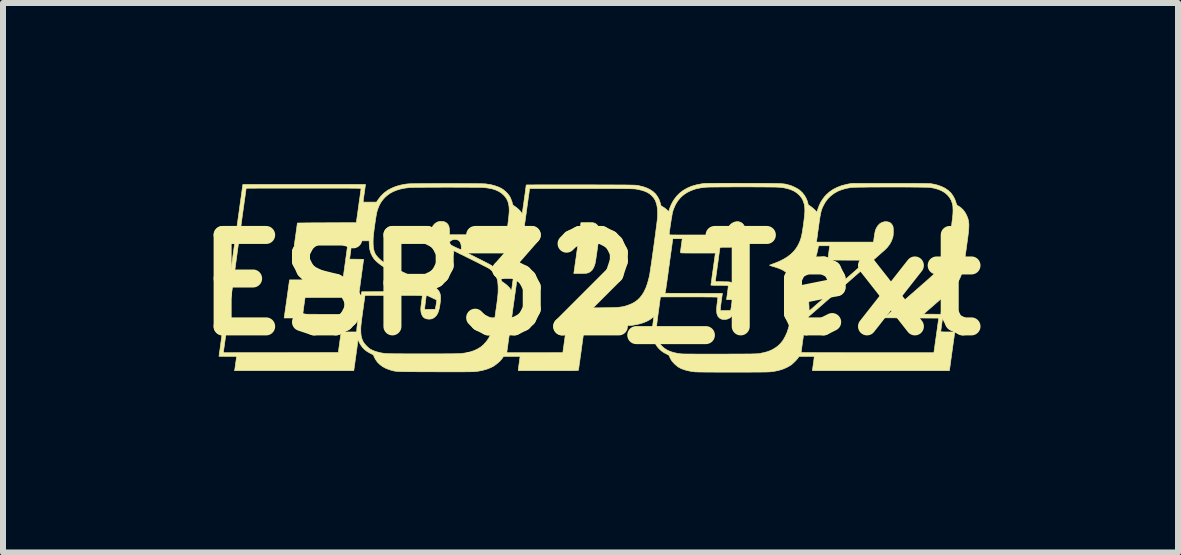
<source format=kicad_pcb>
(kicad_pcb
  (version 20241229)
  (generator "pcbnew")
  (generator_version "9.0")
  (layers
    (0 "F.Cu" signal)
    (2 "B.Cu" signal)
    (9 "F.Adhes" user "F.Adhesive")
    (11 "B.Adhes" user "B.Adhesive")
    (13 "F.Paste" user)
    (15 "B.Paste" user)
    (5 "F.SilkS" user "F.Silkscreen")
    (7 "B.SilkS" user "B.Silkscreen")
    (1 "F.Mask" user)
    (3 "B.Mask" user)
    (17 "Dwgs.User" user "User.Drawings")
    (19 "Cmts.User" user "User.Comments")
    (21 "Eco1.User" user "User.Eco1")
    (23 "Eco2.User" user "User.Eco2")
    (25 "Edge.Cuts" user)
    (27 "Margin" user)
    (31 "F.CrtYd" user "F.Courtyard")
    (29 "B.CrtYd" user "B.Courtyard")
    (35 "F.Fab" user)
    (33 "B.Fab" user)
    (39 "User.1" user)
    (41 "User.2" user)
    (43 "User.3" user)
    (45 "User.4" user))
  (footprint "ESP32_Text"
    (layer "F.Cu")
    (at 6.793 1.701)
    (property "Reference" "ESP32_Text" (at 0 0 0) (layer "F.SilkS") (effects (font (size 1.524 1.524) (thickness 0.3))))
    (attr through_hole)
    (fp_poly (pts (xy 0.014 -1.04) (xy 0.04 -1.038) (xy 0.055 -1.036) (xy 0.087 -1.022) (xy 0.112 -1) (xy 0.131 -0.971) (xy 0.137 -0.958) (xy 0.141 -0.943) (xy 0.144 -0.925) (xy 0.145 -0.904) (xy 0.145 -0.879) (xy 0.143 -0.849) (xy 0.141 -0.813) (xy 0.136 -0.771) (xy 0.13 -0.72) (xy 0.122 -0.662) (xy 0.115 -0.61) (xy 0.108 -0.563) (xy 0.102 -0.517) (xy 0.095 -0.475) (xy 0.09 -0.437) (xy 0.084 -0.404) (xy 0.08 -0.379) (xy 0.076 -0.362) (xy 0.076 -0.358) (xy 0.062 -0.316) (xy 0.045 -0.28) (xy 0.025 -0.249) (xy 0.003 -0.228) (xy -0.013 -0.217) (xy -0.027 -0.209) (xy -0.043 -0.202) (xy -0.062 -0.198) (xy -0.085 -0.195) (xy -0.114 -0.194) (xy -0.151 -0.193) (xy -0.176 -0.193) (xy -0.279 -0.193) (xy -0.276 -0.21) (xy -0.275 -0.217) (xy -0.273 -0.234) (xy -0.269 -0.259) (xy -0.264 -0.292) (xy -0.259 -0.332) (xy -0.252 -0.378) (xy -0.245 -0.429) (xy -0.237 -0.485) (xy -0.229 -0.545) (xy -0.22 -0.607) (xy -0.217 -0.632) (xy -0.16 -1.039) (xy -0.063 -1.04) (xy -0.02 -1.041) (xy 0.014 -1.04)) (stroke (width 0.01) (type solid)) (fill yes) (layer "F.SilkS"))
    (fp_poly (pts (xy 2.314 -1.696) (xy 2.405 -1.696) (xy 2.506 -1.696) (xy 2.568 -1.695) (xy 2.662 -1.695) (xy 2.746 -1.695) (xy 2.821 -1.695) (xy 2.888 -1.694) (xy 2.947 -1.694) (xy 2.999 -1.694) (xy 3.044 -1.693) (xy 3.084 -1.692) (xy 3.118 -1.692) (xy 3.147 -1.691) (xy 3.172 -1.69) (xy 3.193 -1.688) (xy 3.212 -1.687) (xy 3.227 -1.685) (xy 3.242 -1.683) (xy 3.255 -1.681) (xy 3.267 -1.678) (xy 3.279 -1.675) (xy 3.292 -1.671) (xy 3.306 -1.667) (xy 3.312 -1.666) (xy 3.346 -1.655) (xy 3.383 -1.639) (xy 3.421 -1.621) (xy 3.456 -1.601) (xy 3.484 -1.583) (xy 3.484 -1.582) (xy 3.525 -1.545) (xy 3.561 -1.501) (xy 3.591 -1.451) (xy 3.614 -1.398) (xy 3.621 -1.372) (xy 3.63 -1.336) (xy 3.669 -1.311) (xy 3.686 -1.298) (xy 3.705 -1.282) (xy 3.724 -1.265) (xy 3.742 -1.248) (xy 3.757 -1.232) (xy 3.766 -1.219) (xy 3.77 -1.212) (xy 3.771 -1.214) (xy 3.775 -1.225) (xy 3.781 -1.241) (xy 3.789 -1.263) (xy 3.789 -1.265) (xy 3.812 -1.327) (xy 3.838 -1.381) (xy 3.869 -1.43) (xy 3.904 -1.476) (xy 3.927 -1.501) (xy 3.982 -1.551) (xy 4.044 -1.594) (xy 4.114 -1.629) (xy 4.19 -1.658) (xy 4.274 -1.679) (xy 4.293 -1.683) (xy 4.356 -1.694) (xy 5.001 -1.694) (xy 5.096 -1.694) (xy 5.181 -1.694) (xy 5.257 -1.694) (xy 5.325 -1.694) (xy 5.384 -1.694) (xy 5.437 -1.694) (xy 5.482 -1.693) (xy 5.522 -1.693) (xy 5.555 -1.693) (xy 5.584 -1.692) (xy 5.608 -1.692) (xy 5.628 -1.691) (xy 5.645 -1.691) (xy 5.659 -1.69) (xy 5.671 -1.689) (xy 5.681 -1.688) (xy 5.69 -1.686) (xy 5.698 -1.685) (xy 5.7 -1.685) (xy 5.776 -1.668) (xy 5.845 -1.644) (xy 5.906 -1.615) (xy 5.959 -1.579) (xy 6.004 -1.538) (xy 6.04 -1.49) (xy 6.069 -1.437) (xy 6.083 -1.398) (xy 6.092 -1.372) (xy 6.098 -1.353) (xy 6.103 -1.341) (xy 6.108 -1.333) (xy 6.115 -1.327) (xy 6.123 -1.323) (xy 6.125 -1.321) (xy 6.168 -1.293) (xy 6.207 -1.257) (xy 6.24 -1.214) (xy 6.268 -1.164) (xy 6.289 -1.111) (xy 6.295 -1.089) (xy 6.299 -1.069) (xy 6.302 -1.05) (xy 6.305 -1.03) (xy 6.306 -1.009) (xy 6.306 -0.985) (xy 6.305 -0.958) (xy 6.303 -0.926) (xy 6.3 -0.889) (xy 6.295 -0.847) (xy 6.289 -0.797) (xy 6.281 -0.74) (xy 6.272 -0.674) (xy 6.267 -0.633) (xy 6.259 -0.579) (xy 6.251 -0.525) (xy 6.244 -0.475) (xy 6.237 -0.428) (xy 6.23 -0.386) (xy 6.225 -0.349) (xy 6.22 -0.32) (xy 6.216 -0.3) (xy 6.215 -0.294) (xy 6.195 -0.213) (xy 6.169 -0.141) (xy 6.138 -0.076) (xy 6.101 -0.017) (xy 6.057 0.035) (xy 6.054 0.038) (xy 6.044 0.049) (xy 6.026 0.065) (xy 6.003 0.087) (xy 5.974 0.113) (xy 5.941 0.143) (xy 5.904 0.176) (xy 5.864 0.211) (xy 5.822 0.248) (xy 5.784 0.281) (xy 5.55 0.485) (xy 5.714 0.486) (xy 5.878 0.488) (xy 5.876 0.502) (xy 5.874 0.51) (xy 5.872 0.527) (xy 5.868 0.55) (xy 5.864 0.577) (xy 5.86 0.608) (xy 5.855 0.641) (xy 5.851 0.673) (xy 5.847 0.704) (xy 5.843 0.732) (xy 5.84 0.754) (xy 5.838 0.77) (xy 5.837 0.777) (xy 5.837 0.778) (xy 5.842 0.779) (xy 5.856 0.78) (xy 5.877 0.781) (xy 5.904 0.782) (xy 5.937 0.782) (xy 5.954 0.782) (xy 6.072 0.782) (xy 6.069 0.799) (xy 6.068 0.807) (xy 6.066 0.824) (xy 6.062 0.849) (xy 6.058 0.882) (xy 6.052 0.92) (xy 6.046 0.965) (xy 6.039 1.014) (xy 6.032 1.066) (xy 6.024 1.121) (xy 6.024 1.121) (xy 5.982 1.427) (xy 4.84 1.427) (xy 4.733 1.427) (xy 4.629 1.427) (xy 4.528 1.427) (xy 4.43 1.427) (xy 4.337 1.427) (xy 4.248 1.427) (xy 4.164 1.427) (xy 4.086 1.427) (xy 4.013 1.427) (xy 3.947 1.427) (xy 3.888 1.427) (xy 3.835 1.427) (xy 3.791 1.427) (xy 3.755 1.427) (xy 3.727 1.426) (xy 3.708 1.426) (xy 3.699 1.426) (xy 3.698 1.426) (xy 3.699 1.421) (xy 3.701 1.407) (xy 3.704 1.386) (xy 3.707 1.36) (xy 3.712 1.329) (xy 3.713 1.316) (xy 3.718 1.283) (xy 3.722 1.254) (xy 3.725 1.229) (xy 3.727 1.21) (xy 3.729 1.199) (xy 3.729 1.198) (xy 3.728 1.195) (xy 3.725 1.193) (xy 3.719 1.191) (xy 3.709 1.19) (xy 3.693 1.189) (xy 3.671 1.189) (xy 3.64 1.189) (xy 3.603 1.189) (xy 3.476 1.189) (xy 3.458 1.216) (xy 3.439 1.24) (xy 3.414 1.267) (xy 3.386 1.294) (xy 3.359 1.319) (xy 3.335 1.337) (xy 3.274 1.372) (xy 3.207 1.401) (xy 3.133 1.424) (xy 3.051 1.44) (xy 2.98 1.448) (xy 2.966 1.448) (xy 2.942 1.449) (xy 2.91 1.45) (xy 2.87 1.45) (xy 2.824 1.451) (xy 2.771 1.451) (xy 2.714 1.451) (xy 2.652 1.452) (xy 2.586 1.452) (xy 2.518 1.452) (xy 2.448 1.452) (xy 2.377 1.452) (xy 2.306 1.452) (xy 2.236 1.452) (xy 2.166 1.452) (xy 2.1 1.452) (xy 2.036 1.451) (xy 1.976 1.451) (xy 1.921 1.451) (xy 1.872 1.45) (xy 1.829 1.45) (xy 1.793 1.449) (xy 1.765 1.448) (xy 1.746 1.448) (xy 1.739 1.447) (xy 1.678 1.439) (xy 1.618 1.427) (xy 1.561 1.411) (xy 1.51 1.392) (xy 1.47 1.371) (xy 1.454 1.36) (xy 1.434 1.344) (xy 1.412 1.326) (xy 1.397 1.311) (xy 1.374 1.287) (xy 1.357 1.267) (xy 1.344 1.247) (xy 1.332 1.225) (xy 1.323 1.206) (xy 1.315 1.189) (xy 1.311 1.179) (xy 1.311 1.176) (xy 1.306 1.171) (xy 1.295 1.164) (xy 1.28 1.156) (xy 1.227 1.129) (xy 1.179 1.096) (xy 1.138 1.057) (xy 1.109 1.023) (xy 1.08 0.976) (xy 1.058 0.925) (xy 1.043 0.87) (xy 1.034 0.81) (xy 1.033 0.764) (xy 1.096 0.764) (xy 1.097 0.795) (xy 1.098 0.823) (xy 1.102 0.848) (xy 1.107 0.871) (xy 1.114 0.893) (xy 1.123 0.915) (xy 1.133 0.938) (xy 1.134 0.94) (xy 1.147 0.965) (xy 1.161 0.986) (xy 1.179 1.007) (xy 1.193 1.022) (xy 1.233 1.056) (xy 1.279 1.085) (xy 1.33 1.108) (xy 1.389 1.126) (xy 1.455 1.14) (xy 1.519 1.148) (xy 1.53 1.148) (xy 1.551 1.149) (xy 1.581 1.149) (xy 1.618 1.15) (xy 1.663 1.15) (xy 1.715 1.15) (xy 1.773 1.151) (xy 1.836 1.151) (xy 1.903 1.151) (xy 1.975 1.151) (xy 2.05 1.151) (xy 2.127 1.151) (xy 2.169 1.151) (xy 2.261 1.151) (xy 2.344 1.15) (xy 2.417 1.15) (xy 2.483 1.15) (xy 2.54 1.15) (xy 2.59 1.149) (xy 2.633 1.149) (xy 2.67 1.149) (xy 2.702 1.148) (xy 2.728 1.147) (xy 2.751 1.147) (xy 2.769 1.146) (xy 2.784 1.145) (xy 2.796 1.144) (xy 2.807 1.143) (xy 2.815 1.142) (xy 2.819 1.141) (xy 2.891 1.126) (xy 2.898 1.125) (xy 3.51 1.125) (xy 3.515 1.125) (xy 3.53 1.125) (xy 3.554 1.125) (xy 3.587 1.126) (xy 3.628 1.126) (xy 3.677 1.126) (xy 3.733 1.126) (xy 3.796 1.127) (xy 3.866 1.127) (xy 3.941 1.127) (xy 4.023 1.127) (xy 4.109 1.127) (xy 4.2 1.128) (xy 4.295 1.128) (xy 4.394 1.128) (xy 4.496 1.128) (xy 4.601 1.128) (xy 4.617 1.128) (xy 5.723 1.128) (xy 5.804 0.551) (xy 5.35 0.549) (xy 4.896 0.546) (xy 5.345 0.154) (xy 5.415 0.093) (xy 5.478 0.038) (xy 5.534 -0.012) (xy 5.584 -0.055) (xy 5.628 -0.094) (xy 5.667 -0.129) (xy 5.7 -0.159) (xy 5.729 -0.185) (xy 5.754 -0.208) (xy 5.775 -0.228) (xy 5.793 -0.245) (xy 5.808 -0.26) (xy 5.821 -0.274) (xy 5.831 -0.286) (xy 5.841 -0.297) (xy 5.849 -0.308) (xy 5.857 -0.319) (xy 5.861 -0.325) (xy 5.889 -0.374) (xy 5.914 -0.431) (xy 5.935 -0.496) (xy 5.953 -0.567) (xy 5.956 -0.582) (xy 5.959 -0.6) (xy 5.964 -0.627) (xy 5.969 -0.662) (xy 5.976 -0.702) (xy 5.983 -0.748) (xy 5.99 -0.797) (xy 5.997 -0.849) (xy 6.005 -0.902) (xy 6.005 -0.907) (xy 6.014 -0.966) (xy 6.021 -1.017) (xy 6.026 -1.06) (xy 6.031 -1.096) (xy 6.035 -1.126) (xy 6.037 -1.152) (xy 6.039 -1.174) (xy 6.041 -1.194) (xy 6.041 -1.212) (xy 6.042 -1.23) (xy 6.042 -1.242) (xy 6.041 -1.276) (xy 6.04 -1.302) (xy 6.038 -1.324) (xy 6.035 -1.343) (xy 6.031 -1.357) (xy 6.012 -1.412) (xy 5.984 -1.46) (xy 5.949 -1.502) (xy 5.906 -1.539) (xy 5.855 -1.57) (xy 5.796 -1.595) (xy 5.728 -1.614) (xy 5.661 -1.627) (xy 5.648 -1.628) (xy 5.626 -1.629) (xy 5.595 -1.63) (xy 5.557 -1.63) (xy 5.511 -1.631) (xy 5.46 -1.632) (xy 5.403 -1.632) (xy 5.341 -1.633) (xy 5.275 -1.633) (xy 5.207 -1.634) (xy 5.136 -1.634) (xy 5.064 -1.634) (xy 4.991 -1.634) (xy 4.918 -1.634) (xy 4.846 -1.634) (xy 4.776 -1.633) (xy 4.709 -1.633) (xy 4.644 -1.633) (xy 4.584 -1.632) (xy 4.529 -1.631) (xy 4.479 -1.631) (xy 4.436 -1.63) (xy 4.4 -1.629) (xy 4.372 -1.628) (xy 4.353 -1.627) (xy 4.346 -1.626) (xy 4.266 -1.612) (xy 4.191 -1.591) (xy 4.124 -1.565) (xy 4.065 -1.532) (xy 4.057 -1.527) (xy 4.001 -1.484) (xy 3.951 -1.434) (xy 3.91 -1.377) (xy 3.879 -1.32) (xy 3.871 -1.303) (xy 3.863 -1.286) (xy 3.857 -1.27) (xy 3.851 -1.254) (xy 3.846 -1.236) (xy 3.84 -1.215) (xy 3.835 -1.192) (xy 3.83 -1.165) (xy 3.824 -1.133) (xy 3.819 -1.095) (xy 3.812 -1.052) (xy 3.805 -1.001) (xy 3.797 -0.941) (xy 3.787 -0.874) (xy 3.783 -0.839) (xy 3.766 -0.716) (xy 4.717 -0.716) (xy 4.726 -0.786) (xy 4.732 -0.829) (xy 4.738 -0.863) (xy 4.744 -0.892) (xy 4.75 -0.915) (xy 4.758 -0.935) (xy 4.765 -0.95) (xy 4.79 -0.99) (xy 4.819 -1.02) (xy 4.852 -1.041) (xy 4.89 -1.053) (xy 4.911 -1.056) (xy 4.949 -1.054) (xy 4.981 -1.046) (xy 5.007 -1.029) (xy 5.027 -1.004) (xy 5.035 -0.989) (xy 5.04 -0.977) (xy 5.043 -0.966) (xy 5.045 -0.953) (xy 5.046 -0.935) (xy 5.047 -0.911) (xy 5.047 -0.894) (xy 5.046 -0.856) (xy 5.044 -0.826) (xy 5.04 -0.802) (xy 5.037 -0.792) (xy 5.017 -0.736) (xy 4.987 -0.681) (xy 4.948 -0.629) (xy 4.914 -0.594) (xy 4.908 -0.589) (xy 4.896 -0.577) (xy 4.876 -0.56) (xy 4.851 -0.538) (xy 4.819 -0.51) (xy 4.783 -0.478) (xy 4.742 -0.442) (xy 4.696 -0.402) (xy 4.647 -0.359) (xy 4.594 -0.313) (xy 4.539 -0.265) (xy 4.482 -0.214) (xy 4.422 -0.162) (xy 4.361 -0.109) (xy 4.3 -0.055) (xy 4.238 -0.001) (xy 4.176 0.053) (xy 4.115 0.107) (xy 4.054 0.159) (xy 3.996 0.211) (xy 3.939 0.26) (xy 3.885 0.308) (xy 3.834 0.352) (xy 3.786 0.394) (xy 3.742 0.432) (xy 3.703 0.466) (xy 3.669 0.496) (xy 3.64 0.521) (xy 3.617 0.541) (xy 3.6 0.556) (xy 3.59 0.564) (xy 3.588 0.566) (xy 3.587 0.571) (xy 3.585 0.585) (xy 3.582 0.607) (xy 3.578 0.636) (xy 3.573 0.67) (xy 3.567 0.708) (xy 3.561 0.751) (xy 3.555 0.795) (xy 3.549 0.841) (xy 3.543 0.887) (xy 3.536 0.931) (xy 3.53 0.974) (xy 3.525 1.014) (xy 3.52 1.049) (xy 3.516 1.079) (xy 3.513 1.102) (xy 3.511 1.118) (xy 3.51 1.124) (xy 3.51 1.125) (xy 2.898 1.125) (xy 2.954 1.109) (xy 3.01 1.087) (xy 3.06 1.06) (xy 3.106 1.029) (xy 3.129 1.011) (xy 3.173 0.967) (xy 3.213 0.914) (xy 3.247 0.853) (xy 3.277 0.786) (xy 3.301 0.712) (xy 3.317 0.647) (xy 3.321 0.623) (xy 3.326 0.591) (xy 3.332 0.551) (xy 3.339 0.507) (xy 3.345 0.459) (xy 3.352 0.41) (xy 3.358 0.36) (xy 3.364 0.312) (xy 3.369 0.267) (xy 3.374 0.227) (xy 3.377 0.194) (xy 3.378 0.176) (xy 3.381 0.1) (xy 3.378 0.032) (xy 3.369 -0.029) (xy 3.354 -0.082) (xy 3.344 -0.103) (xy 3.416 -0.103) (xy 3.416 -0.099) (xy 3.419 -0.089) (xy 3.423 -0.073) (xy 3.428 -0.054) (xy 3.429 -0.054) (xy 3.434 -0.035) (xy 3.439 -0.023) (xy 3.446 -0.015) (xy 3.458 -0.006) (xy 3.47 0.001) (xy 3.5 0.022) (xy 3.531 0.05) (xy 3.56 0.081) (xy 3.584 0.113) (xy 3.598 0.138) (xy 3.613 0.171) (xy 3.624 0.204) (xy 3.632 0.241) (xy 3.637 0.282) (xy 3.64 0.331) (xy 3.641 0.347) (xy 3.644 0.431) (xy 3.655 0.423) (xy 3.66 0.418) (xy 3.672 0.408) (xy 3.692 0.391) (xy 3.717 0.369) (xy 3.748 0.342) (xy 3.784 0.31) (xy 3.825 0.275) (xy 3.871 0.235) (xy 3.92 0.192) (xy 3.973 0.146) (xy 4.028 0.098) (xy 4.086 0.047) (xy 4.14 -0.00008) (xy 4.614 -0.414) (xy 4.285 -0.415) (xy 3.957 -0.417) (xy 3.957 -0.428) (xy 3.958 -0.436) (xy 3.96 -0.453) (xy 3.962 -0.475) (xy 3.966 -0.502) (xy 3.97 -0.531) (xy 3.974 -0.56) (xy 3.977 -0.588) (xy 3.981 -0.613) (xy 3.984 -0.632) (xy 3.985 -0.641) (xy 3.988 -0.655) (xy 3.894 -0.655) (xy 3.861 -0.655) (xy 3.837 -0.655) (xy 3.82 -0.655) (xy 3.809 -0.653) (xy 3.803 -0.652) (xy 3.799 -0.649) (xy 3.798 -0.646) (xy 3.798 -0.644) (xy 3.796 -0.634) (xy 3.793 -0.617) (xy 3.789 -0.596) (xy 3.787 -0.587) (xy 3.773 -0.526) (xy 3.753 -0.465) (xy 3.728 -0.405) (xy 3.699 -0.351) (xy 3.682 -0.323) (xy 3.646 -0.277) (xy 3.602 -0.233) (xy 3.552 -0.191) (xy 3.498 -0.155) (xy 3.461 -0.134) (xy 3.44 -0.122) (xy 3.426 -0.114) (xy 3.418 -0.108) (xy 3.416 -0.103) (xy 3.344 -0.103) (xy 3.332 -0.129) (xy 3.304 -0.17) (xy 3.27 -0.204) (xy 3.256 -0.215) (xy 3.223 -0.238) (xy 3.187 -0.258) (xy 3.145 -0.276) (xy 3.097 -0.293) (xy 3.04 -0.31) (xy 3.024 -0.315) (xy 3.005 -0.321) (xy 2.992 -0.326) (xy 2.985 -0.329) (xy 2.985 -0.331) (xy 2.991 -0.334) (xy 3.005 -0.339) (xy 3.025 -0.347) (xy 3.048 -0.356) (xy 3.056 -0.358) (xy 3.14 -0.392) (xy 3.215 -0.429) (xy 3.281 -0.469) (xy 3.338 -0.513) (xy 3.388 -0.562) (xy 3.429 -0.614) (xy 3.463 -0.671) (xy 3.466 -0.678) (xy 3.479 -0.705) (xy 3.49 -0.73) (xy 3.499 -0.756) (xy 3.508 -0.782) (xy 3.516 -0.812) (xy 3.523 -0.845) (xy 3.53 -0.883) (xy 3.537 -0.928) (xy 3.545 -0.981) (xy 3.551 -1.026) (xy 3.559 -1.087) (xy 3.565 -1.14) (xy 3.569 -1.184) (xy 3.572 -1.223) (xy 3.572 -1.256) (xy 3.571 -1.286) (xy 3.568 -1.313) (xy 3.564 -1.339) (xy 3.562 -1.348) (xy 3.545 -1.401) (xy 3.521 -1.448) (xy 3.488 -1.49) (xy 3.477 -1.502) (xy 3.437 -1.537) (xy 3.392 -1.566) (xy 3.34 -1.589) (xy 3.281 -1.608) (xy 3.215 -1.622) (xy 3.142 -1.63) (xy 3.127 -1.631) (xy 3.102 -1.632) (xy 3.069 -1.633) (xy 3.029 -1.633) (xy 2.981 -1.634) (xy 2.928 -1.634) (xy 2.87 -1.635) (xy 2.807 -1.635) (xy 2.741 -1.635) (xy 2.673 -1.636) (xy 2.602 -1.636) (xy 2.531 -1.636) (xy 2.46 -1.636) (xy 2.39 -1.636) (xy 2.321 -1.635) (xy 2.255 -1.635) (xy 2.192 -1.635) (xy 2.134 -1.634) (xy 2.08 -1.634) (xy 2.033 -1.633) (xy 1.992 -1.633) (xy 1.958 -1.632) (xy 1.934 -1.631) (xy 1.918 -1.63) (xy 1.918 -1.63) (xy 1.83 -1.619) (xy 1.749 -1.601) (xy 1.676 -1.575) (xy 1.61 -1.543) (xy 1.551 -1.504) (xy 1.499 -1.457) (xy 1.455 -1.404) (xy 1.417 -1.343) (xy 1.387 -1.274) (xy 1.369 -1.222) (xy 1.366 -1.209) (xy 1.362 -1.188) (xy 1.357 -1.16) (xy 1.352 -1.126) (xy 1.345 -1.089) (xy 1.339 -1.05) (xy 1.333 -1.01) (xy 1.327 -0.971) (xy 1.322 -0.934) (xy 1.317 -0.901) (xy 1.314 -0.873) (xy 1.311 -0.852) (xy 1.311 -0.84) (xy 1.311 -0.84) (xy 1.312 -0.839) (xy 1.317 -0.838) (xy 1.326 -0.837) (xy 1.339 -0.836) (xy 1.357 -0.835) (xy 1.381 -0.835) (xy 1.411 -0.835) (xy 1.448 -0.834) (xy 1.492 -0.834) (xy 1.543 -0.834) (xy 1.603 -0.834) (xy 1.672 -0.834) (xy 1.75 -0.834) (xy 1.784 -0.834) (xy 2.258 -0.836) (xy 2.262 -0.861) (xy 2.272 -0.905) (xy 2.289 -0.947) (xy 2.311 -0.984) (xy 2.337 -1.013) (xy 2.368 -1.035) (xy 2.402 -1.05) (xy 2.437 -1.056) (xy 2.471 -1.055) (xy 2.503 -1.045) (xy 2.53 -1.028) (xy 2.551 -1.004) (xy 2.568 -0.972) (xy 2.578 -0.935) (xy 2.583 -0.895) (xy 2.581 -0.855) (xy 2.57 -0.8) (xy 2.553 -0.753) (xy 2.529 -0.714) (xy 2.498 -0.682) (xy 2.461 -0.657) (xy 2.417 -0.64) (xy 2.409 -0.637) (xy 2.395 -0.635) (xy 2.376 -0.633) (xy 2.351 -0.631) (xy 2.318 -0.63) (xy 2.277 -0.63) (xy 2.27 -0.63) (xy 2.234 -0.63) (xy 2.206 -0.63) (xy 2.187 -0.629) (xy 2.173 -0.629) (xy 2.165 -0.627) (xy 2.16 -0.625) (xy 2.158 -0.622) (xy 2.157 -0.619) (xy 2.157 -0.618) (xy 2.156 -0.611) (xy 2.153 -0.595) (xy 2.15 -0.571) (xy 2.145 -0.539) (xy 2.14 -0.502) (xy 2.134 -0.459) (xy 2.128 -0.412) (xy 2.121 -0.362) (xy 2.118 -0.343) (xy 2.111 -0.292) (xy 2.105 -0.244) (xy 2.099 -0.199) (xy 2.093 -0.16) (xy 2.089 -0.126) (xy 2.085 -0.099) (xy 2.082 -0.08) (xy 2.08 -0.069) (xy 2.08 -0.068) (xy 2.078 -0.057) (xy 2.201 -0.055) (xy 2.24 -0.054) (xy 2.27 -0.054) (xy 2.293 -0.053) (xy 2.31 -0.052) (xy 2.323 -0.05) (xy 2.333 -0.048) (xy 2.341 -0.045) (xy 2.349 -0.042) (xy 2.382 -0.021) (xy 2.408 0.006) (xy 2.427 0.04) (xy 2.439 0.08) (xy 2.443 0.123) (xy 2.443 0.136) (xy 2.44 0.157) (xy 2.437 0.184) (xy 2.433 0.216) (xy 2.428 0.25) (xy 2.423 0.286) (xy 2.417 0.321) (xy 2.412 0.354) (xy 2.407 0.383) (xy 2.403 0.405) (xy 2.4 0.419) (xy 2.384 0.467) (xy 2.363 0.505) (xy 2.338 0.536) (xy 2.307 0.557) (xy 2.271 0.57) (xy 2.234 0.574) (xy 2.2 0.572) (xy 2.173 0.564) (xy 2.149 0.549) (xy 2.144 0.545) (xy 2.127 0.526) (xy 2.115 0.503) (xy 2.106 0.473) (xy 2.102 0.436) (xy 2.102 0.393) (xy 2.106 0.341) (xy 2.113 0.287) (xy 2.116 0.26) (xy 2.12 0.237) (xy 2.122 0.218) (xy 2.123 0.207) (xy 2.123 0.205) (xy 2.122 0.204) (xy 2.117 0.203) (xy 2.107 0.202) (xy 2.093 0.201) (xy 2.074 0.2) (xy 2.049 0.2) (xy 2.017 0.199) (xy 1.979 0.199) (xy 1.933 0.199) (xy 1.88 0.198) (xy 1.818 0.198) (xy 1.747 0.198) (xy 1.667 0.198) (xy 1.644 0.198) (xy 1.165 0.198) (xy 1.131 0.448) (xy 1.121 0.521) (xy 1.113 0.584) (xy 1.106 0.639) (xy 1.101 0.687) (xy 1.098 0.728) (xy 1.096 0.764) (xy 1.033 0.764) (xy 1.032 0.743) (xy 1.037 0.67) (xy 1.041 0.635) (xy 1.045 0.606) (xy 1.048 0.579) (xy 1.051 0.557) (xy 1.054 0.542) (xy 1.055 0.536) (xy 1.058 0.521) (xy 1.033 0.543) (xy 0.988 0.577) (xy 0.935 0.606) (xy 0.872 0.631) (xy 0.802 0.651) (xy 0.725 0.666) (xy 0.709 0.669) (xy 0.697 0.67) (xy 0.682 0.672) (xy 0.665 0.673) (xy 0.645 0.674) (xy 0.621 0.675) (xy 0.592 0.676) (xy 0.557 0.677) (xy 0.515 0.677) (xy 0.467 0.678) (xy 0.411 0.678) (xy 0.346 0.679) (xy 0.277 0.679) (xy -0.099 0.682) (xy -0.149 1.046) (xy -0.157 1.105) (xy -0.165 1.162) (xy -0.173 1.216) (xy -0.179 1.265) (xy -0.186 1.308) (xy -0.191 1.346) (xy -0.195 1.376) (xy -0.199 1.399) (xy -0.201 1.414) (xy -0.201 1.419) (xy -0.202 1.42) (xy -0.204 1.421) (xy -0.208 1.422) (xy -0.214 1.423) (xy -0.223 1.424) (xy -0.236 1.425) (xy -0.253 1.426) (xy -0.274 1.426) (xy -0.301 1.427) (xy -0.334 1.427) (xy -0.373 1.427) (xy -0.42 1.427) (xy -0.474 1.427) (xy -0.536 1.427) (xy -0.607 1.427) (xy -0.688 1.427) (xy -0.704 1.427) (xy -1.204 1.427) (xy -1.204 1.416) (xy -1.203 1.408) (xy -1.201 1.392) (xy -1.199 1.369) (xy -1.195 1.343) (xy -1.191 1.314) (xy -1.187 1.284) (xy -1.183 1.256) (xy -1.18 1.232) (xy -1.177 1.212) (xy -1.176 1.205) (xy -1.173 1.189) (xy -1.451 1.189) (xy -1.46 1.205) (xy -1.481 1.234) (xy -1.509 1.266) (xy -1.543 1.297) (xy -1.579 1.326) (xy -1.616 1.352) (xy -1.631 1.361) (xy -1.679 1.383) (xy -1.734 1.404) (xy -1.795 1.421) (xy -1.86 1.434) (xy -1.925 1.443) (xy -1.939 1.444) (xy -1.961 1.445) (xy -1.989 1.445) (xy -2.026 1.446) (xy -2.07 1.446) (xy -2.123 1.447) (xy -2.185 1.447) (xy -2.255 1.447) (xy -2.335 1.447) (xy -2.424 1.447) (xy -2.522 1.447) (xy -2.598 1.446) (xy -2.692 1.446) (xy -2.777 1.446) (xy -2.852 1.446) (xy -2.919 1.445) (xy -2.978 1.445) (xy -3.03 1.445) (xy -3.076 1.444) (xy -3.115 1.443) (xy -3.149 1.443) (xy -3.179 1.442) (xy -3.204 1.44) (xy -3.225 1.439) (xy -3.243 1.437) (xy -3.259 1.435) (xy -3.273 1.433) (xy -3.286 1.43) (xy -3.298 1.427) (xy -3.311 1.424) (xy -3.323 1.42) (xy -3.337 1.416) (xy -3.343 1.414) (xy -3.406 1.391) (xy -3.463 1.361) (xy -3.512 1.325) (xy -3.553 1.284) (xy -3.586 1.236) (xy -3.607 1.195) (xy -3.619 1.164) (xy -3.665 1.141) (xy -3.721 1.11) (xy -3.768 1.074) (xy -3.807 1.032) (xy -3.84 0.984) (xy -3.862 0.94) (xy -3.868 0.925) (xy -3.874 0.915) (xy -3.876 0.913) (xy -3.876 0.913) (xy -3.877 0.92) (xy -3.879 0.935) (xy -3.882 0.959) (xy -3.886 0.988) (xy -3.89 1.023) (xy -3.895 1.062) (xy -3.901 1.104) (xy -3.907 1.147) (xy -3.913 1.191) (xy -3.919 1.234) (xy -3.925 1.276) (xy -3.93 1.314) (xy -3.935 1.348) (xy -3.939 1.376) (xy -3.942 1.398) (xy -3.944 1.412) (xy -3.945 1.416) (xy -3.947 1.427) (xy -5.934 1.427) (xy -5.931 1.416) (xy -5.93 1.408) (xy -5.927 1.391) (xy -5.924 1.368) (xy -5.92 1.34) (xy -5.916 1.309) (xy -5.916 1.308) (xy -5.911 1.277) (xy -5.907 1.249) (xy -5.904 1.226) (xy -5.902 1.209) (xy -5.9 1.2) (xy -5.9 1.2) (xy -5.898 1.189) (xy -6.045 1.189) (xy -6.083 1.189) (xy -6.117 1.188) (xy -6.146 1.188) (xy -6.169 1.188) (xy -6.185 1.187) (xy -6.192 1.187) (xy -6.193 1.187) (xy -6.192 1.182) (xy -6.19 1.167) (xy -6.187 1.143) (xy -6.184 1.128) (xy -6.121 1.128) (xy -5.163 1.127) (xy -4.204 1.125) (xy -4.165 0.841) (xy -4.157 0.788) (xy -4.151 0.739) (xy -4.144 0.693) (xy -4.139 0.652) (xy -4.134 0.617) (xy -4.13 0.589) (xy -4.127 0.568) (xy -4.126 0.556) (xy -4.125 0.552) (xy -4.13 0.552) (xy -4.145 0.551) (xy -4.168 0.551) (xy -4.199 0.55) (xy -4.238 0.55) (xy -4.283 0.55) (xy -4.334 0.549) (xy -4.391 0.549) (xy -4.452 0.549) (xy -4.518 0.549) (xy -4.586 0.549) (xy -4.616 0.549) (xy -5.107 0.549) (xy -5.104 0.532) (xy -5.103 0.524) (xy -5.1 0.507) (xy -5.097 0.482) (xy -5.097 0.481) (xy -4.796 0.481) (xy -4.794 0.483) (xy -4.787 0.484) (xy -4.777 0.485) (xy -4.76 0.485) (xy -4.738 0.486) (xy -4.709 0.487) (xy -4.673 0.487) (xy -4.629 0.487) (xy -4.577 0.487) (xy -4.517 0.488) (xy -4.446 0.488) (xy -4.425 0.488) (xy -4.352 0.488) (xy -4.289 0.488) (xy -4.235 0.488) (xy -4.189 0.488) (xy -4.151 0.489) (xy -4.12 0.489) (xy -4.096 0.49) (xy -4.078 0.49) (xy -4.065 0.491) (xy -4.058 0.492) (xy -4.054 0.494) (xy -4.054 0.494) (xy -4.054 0.5) (xy -4.056 0.515) (xy -4.059 0.537) (xy -4.063 0.563) (xy -4.067 0.594) (xy -4.071 0.626) (xy -4.075 0.659) (xy -4.08 0.69) (xy -4.084 0.719) (xy -4.087 0.743) (xy -4.09 0.761) (xy -4.091 0.771) (xy -4.093 0.782) (xy -3.898 0.782) (xy -3.895 0.729) (xy -3.83 0.729) (xy -3.83 0.745) (xy -3.829 0.763) (xy -3.829 0.77) (xy -3.827 0.813) (xy -3.823 0.848) (xy -3.816 0.879) (xy -3.806 0.908) (xy -3.793 0.938) (xy -3.788 0.947) (xy -3.773 0.97) (xy -3.752 0.996) (xy -3.727 1.022) (xy -3.701 1.046) (xy -3.675 1.066) (xy -3.666 1.071) (xy -3.628 1.09) (xy -3.582 1.108) (xy -3.53 1.122) (xy -3.475 1.134) (xy -3.419 1.141) (xy -3.409 1.142) (xy -3.395 1.143) (xy -3.372 1.144) (xy -3.34 1.145) (xy -3.301 1.145) (xy -3.254 1.146) (xy -3.202 1.146) (xy -3.145 1.146) (xy -3.083 1.147) (xy -3.018 1.147) (xy -2.95 1.147) (xy -2.88 1.147) (xy -2.809 1.147) (xy -2.738 1.147) (xy -2.668 1.147) (xy -2.599 1.147) (xy -2.532 1.147) (xy -2.469 1.147) (xy -2.409 1.146) (xy -2.354 1.146) (xy -2.305 1.146) (xy -2.262 1.145) (xy -2.227 1.144) (xy -2.2 1.144) (xy -2.181 1.143) (xy -2.176 1.143) (xy -2.092 1.133) (xy -2.068 1.128) (xy -1.397 1.128) (xy -0.93 1.128) (xy -0.862 1.128) (xy -0.797 1.128) (xy -0.735 1.128) (xy -0.678 1.128) (xy -0.626 1.127) (xy -0.58 1.127) (xy -0.541 1.127) (xy -0.509 1.127) (xy -0.484 1.127) (xy -0.468 1.127) (xy -0.462 1.127) (xy -0.462 1.126) (xy -0.461 1.121) (xy -0.459 1.107) (xy -0.456 1.084) (xy -0.452 1.054) (xy -0.446 1.016) (xy -0.44 0.972) (xy -0.433 0.924) (xy -0.426 0.87) (xy -0.418 0.813) (xy -0.41 0.754) (xy -0.358 0.384) (xy 0.036 0.38) (xy 0.115 0.38) (xy 0.186 0.379) (xy 0.248 0.378) (xy 0.302 0.378) (xy 0.349 0.376) (xy 0.389 0.375) (xy 0.425 0.374) (xy 0.455 0.372) (xy 0.482 0.369) (xy 0.506 0.366) (xy 0.527 0.363) (xy 0.547 0.359) (xy 0.566 0.354) (xy 0.586 0.349) (xy 0.606 0.342) (xy 0.622 0.337) (xy 0.681 0.314) (xy 0.734 0.286) (xy 0.782 0.251) (xy 0.824 0.21) (xy 0.862 0.162) (xy 0.877 0.137) (xy 1.241 0.137) (xy 2.198 0.14) (xy 2.181 0.257) (xy 2.176 0.292) (xy 2.172 0.325) (xy 2.168 0.354) (xy 2.166 0.379) (xy 2.164 0.395) (xy 2.164 0.4) (xy 2.164 0.427) (xy 2.249 0.426) (xy 2.334 0.424) (xy 2.338 0.409) (xy 2.34 0.397) (xy 2.344 0.378) (xy 2.348 0.355) (xy 2.352 0.329) (xy 2.356 0.304) (xy 2.359 0.281) (xy 2.361 0.264) (xy 2.362 0.255) (xy 2.362 0.25) (xy 2.359 0.247) (xy 2.352 0.245) (xy 2.339 0.244) (xy 2.318 0.244) (xy 2.314 0.244) (xy 2.291 0.244) (xy 2.277 0.243) (xy 2.27 0.242) (xy 2.267 0.239) (xy 2.268 0.234) (xy 2.268 0.232) (xy 2.269 0.224) (xy 2.272 0.207) (xy 2.275 0.184) (xy 2.279 0.156) (xy 2.283 0.124) (xy 2.284 0.118) (xy 2.289 0.082) (xy 2.292 0.056) (xy 2.294 0.037) (xy 2.295 0.024) (xy 2.294 0.016) (xy 2.292 0.011) (xy 2.291 0.01) (xy 2.284 0.009) (xy 2.268 0.008) (xy 2.245 0.007) (xy 2.216 0.006) (xy 2.183 0.005) (xy 2.146 0.005) (xy 2.145 0.005) (xy 2.109 0.005) (xy 2.076 0.005) (xy 2.048 0.004) (xy 2.026 0.003) (xy 2.012 0.002) (xy 2.007 0.001) (xy 2.007 0.001) (xy 2.007 -0.004) (xy 2.009 -0.019) (xy 2.013 -0.042) (xy 2.017 -0.072) (xy 2.022 -0.109) (xy 2.027 -0.15) (xy 2.034 -0.196) (xy 2.041 -0.246) (xy 2.044 -0.268) (xy 2.081 -0.533) (xy 1.79 -0.533) (xy 1.728 -0.533) (xy 1.676 -0.533) (xy 1.632 -0.534) (xy 1.596 -0.534) (xy 1.567 -0.534) (xy 1.545 -0.535) (xy 1.528 -0.535) (xy 1.516 -0.536) (xy 1.507 -0.537) (xy 1.502 -0.538) (xy 1.5 -0.54) (xy 1.499 -0.542) (xy 1.499 -0.543) (xy 1.499 -0.55) (xy 1.501 -0.566) (xy 1.504 -0.588) (xy 1.507 -0.614) (xy 1.511 -0.643) (xy 1.515 -0.672) (xy 1.519 -0.7) (xy 1.522 -0.725) (xy 1.525 -0.745) (xy 1.527 -0.756) (xy 1.53 -0.772) (xy 1.372 -0.772) (xy 1.369 -0.756) (xy 1.368 -0.748) (xy 1.366 -0.731) (xy 1.362 -0.706) (xy 1.358 -0.673) (xy 1.352 -0.633) (xy 1.346 -0.588) (xy 1.339 -0.537) (xy 1.331 -0.482) (xy 1.323 -0.424) (xy 1.316 -0.366) (xy 1.305 -0.291) (xy 1.296 -0.225) (xy 1.289 -0.168) (xy 1.282 -0.119) (xy 1.276 -0.078) (xy 1.271 -0.042) (xy 1.267 -0.013) (xy 1.263 0.012) (xy 1.26 0.032) (xy 1.258 0.049) (xy 1.256 0.063) (xy 1.254 0.074) (xy 1.252 0.085) (xy 1.25 0.094) (xy 1.248 0.104) (xy 1.248 0.105) (xy 1.241 0.137) (xy 0.877 0.137) (xy 0.895 0.106) (xy 0.925 0.042) (xy 0.95 -0.03) (xy 0.972 -0.111) (xy 0.983 -0.157) (xy 0.986 -0.173) (xy 0.99 -0.199) (xy 0.995 -0.232) (xy 1.001 -0.273) (xy 1.008 -0.319) (xy 1.016 -0.372) (xy 1.024 -0.428) (xy 1.032 -0.488) (xy 1.041 -0.55) (xy 1.05 -0.614) (xy 1.059 -0.678) (xy 1.067 -0.741) (xy 1.076 -0.804) (xy 1.084 -0.864) (xy 1.091 -0.92) (xy 1.098 -0.972) (xy 1.104 -1.019) (xy 1.109 -1.06) (xy 1.113 -1.094) (xy 1.116 -1.119) (xy 1.117 -1.135) (xy 1.119 -1.213) (xy 1.114 -1.282) (xy 1.103 -1.345) (xy 1.084 -1.399) (xy 1.079 -1.412) (xy 1.056 -1.449) (xy 1.027 -1.484) (xy 0.992 -1.515) (xy 0.955 -1.54) (xy 0.945 -1.545) (xy 0.896 -1.566) (xy 0.839 -1.583) (xy 0.775 -1.597) (xy 0.766 -1.598) (xy 0.759 -1.6) (xy 0.751 -1.601) (xy 0.742 -1.602) (xy 0.731 -1.602) (xy 0.717 -1.603) (xy 0.701 -1.604) (xy 0.682 -1.605) (xy 0.659 -1.605) (xy 0.633 -1.606) (xy 0.601 -1.606) (xy 0.565 -1.607) (xy 0.523 -1.607) (xy 0.474 -1.607) (xy 0.42 -1.608) (xy 0.358 -1.608) (xy 0.289 -1.608) (xy 0.212 -1.608) (xy 0.127 -1.608) (xy 0.033 -1.609) (xy -0.071 -1.609) (xy -0.151 -1.609) (xy -0.244 -1.609) (xy -0.334 -1.609) (xy -0.421 -1.609) (xy -0.504 -1.609) (xy -0.583 -1.61) (xy -0.656 -1.609) (xy -0.725 -1.609) (xy -0.787 -1.609) (xy -0.844 -1.609) (xy -0.893 -1.609) (xy -0.934 -1.609) (xy -0.968 -1.609) (xy -0.993 -1.609) (xy -1.009 -1.608) (xy -1.016 -1.608) (xy -1.016 -1.608) (xy -1.017 -1.603) (xy -1.019 -1.588) (xy -1.022 -1.564) (xy -1.026 -1.531) (xy -1.032 -1.491) (xy -1.039 -1.443) (xy -1.046 -1.388) (xy -1.055 -1.326) (xy -1.064 -1.258) (xy -1.074 -1.185) (xy -1.085 -1.106) (xy -1.097 -1.024) (xy -1.109 -0.937) (xy -1.121 -0.846) (xy -1.134 -0.752) (xy -1.148 -0.656) (xy -1.161 -0.558) (xy -1.175 -0.458) (xy -1.189 -0.358) (xy -1.203 -0.256) (xy -1.217 -0.155) (xy -1.231 -0.054) (xy -1.245 0.046) (xy -1.259 0.144) (xy -1.272 0.241) (xy -1.286 0.335) (xy -1.298 0.426) (xy -1.31 0.514) (xy -1.322 0.598) (xy -1.333 0.677) (xy -1.343 0.751) (xy -1.353 0.82) (xy -1.362 0.883) (xy -1.37 0.939) (xy -1.377 0.989) (xy -1.382 1.03) (xy -1.387 1.064) (xy -1.391 1.09) (xy -1.393 1.107) (xy -1.394 1.114) (xy -1.394 1.114) (xy -1.397 1.128) (xy -2.068 1.128) (xy -2.015 1.117) (xy -1.946 1.095) (xy -1.885 1.067) (xy -1.83 1.033) (xy -1.781 0.992) (xy -1.774 0.984) (xy -1.734 0.939) (xy -1.699 0.889) (xy -1.67 0.833) (xy -1.645 0.771) (xy -1.623 0.7) (xy -1.618 0.678) (xy -1.614 0.662) (xy -1.61 0.636) (xy -1.604 0.604) (xy -1.598 0.565) (xy -1.591 0.522) (xy -1.585 0.476) (xy -1.578 0.427) (xy -1.571 0.379) (xy -1.564 0.331) (xy -1.558 0.285) (xy -1.553 0.243) (xy -1.548 0.205) (xy -1.545 0.174) (xy -1.544 0.165) (xy -1.541 0.131) (xy -1.54 0.092) (xy -1.54 0.052) (xy -1.541 0.012) (xy -1.544 -0.026) (xy -1.547 -0.058) (xy -1.551 -0.082) (xy -1.552 -0.086) (xy -1.57 -0.138) (xy -1.597 -0.185) (xy -1.633 -0.228) (xy -1.677 -0.266) (xy -1.69 -0.276) (xy -1.7 -0.281) (xy -1.718 -0.291) (xy -1.744 -0.305) (xy -1.777 -0.321) (xy -1.816 -0.341) (xy -1.86 -0.364) (xy -1.909 -0.389) (xy -1.962 -0.415) (xy -2.018 -0.443) (xy -2.077 -0.472) (xy -2.118 -0.493) (xy -2.179 -0.522) (xy -2.199 -0.533) (xy -2.055 -0.533) (xy -1.869 -0.44) (xy -1.827 -0.419) (xy -1.787 -0.398) (xy -1.75 -0.38) (xy -1.717 -0.362) (xy -1.69 -0.348) (xy -1.669 -0.336) (xy -1.655 -0.329) (xy -1.653 -0.327) (xy -1.636 -0.315) (xy -1.616 -0.298) (xy -1.595 -0.279) (xy -1.584 -0.269) (xy -1.548 -0.225) (xy -1.518 -0.175) (xy -1.497 -0.122) (xy -1.491 -0.1) (xy -1.482 -0.062) (xy -1.44 -0.033) (xy -1.411 -0.012) (xy -1.384 0.012) (xy -1.359 0.037) (xy -1.339 0.061) (xy -1.329 0.077) (xy -1.322 0.089) (xy -1.318 0.095) (xy -1.318 0.095) (xy -1.317 0.09) (xy -1.314 0.076) (xy -1.311 0.053) (xy -1.307 0.023) (xy -1.302 -0.014) (xy -1.296 -0.056) (xy -1.289 -0.103) (xy -1.282 -0.154) (xy -1.275 -0.203) (xy -1.268 -0.258) (xy -1.261 -0.309) (xy -1.254 -0.357) (xy -1.248 -0.401) (xy -1.242 -0.439) (xy -1.238 -0.47) (xy -1.234 -0.495) (xy -1.232 -0.51) (xy -1.231 -0.517) (xy -1.228 -0.533) (xy -1.642 -0.533) (xy -2.055 -0.533) (xy -2.199 -0.533) (xy -2.237 -0.551) (xy -2.293 -0.579) (xy -2.345 -0.605) (xy -2.393 -0.629) (xy -2.436 -0.651) (xy -2.474 -0.67) (xy -2.505 -0.686) (xy -2.519 -0.693) (xy -2.372 -0.693) (xy -2.368 -0.689) (xy -2.356 -0.681) (xy -2.338 -0.672) (xy -2.315 -0.66) (xy -2.29 -0.647) (xy -2.263 -0.634) (xy -2.236 -0.621) (xy -2.211 -0.61) (xy -2.189 -0.601) (xy -2.172 -0.594) (xy -2.161 -0.591) (xy -2.158 -0.591) (xy -2.156 -0.599) (xy -2.154 -0.614) (xy -2.154 -0.627) (xy -2.157 -0.668) (xy -2.167 -0.702) (xy -2.182 -0.728) (xy -2.202 -0.746) (xy -2.208 -0.749) (xy -2.23 -0.756) (xy -2.256 -0.759) (xy -2.283 -0.757) (xy -2.306 -0.752) (xy -2.311 -0.749) (xy -2.324 -0.741) (xy -2.339 -0.73) (xy -2.353 -0.717) (xy -2.365 -0.705) (xy -2.372 -0.696) (xy -2.372 -0.693) (xy -2.519 -0.693) (xy -2.53 -0.698) (xy -2.546 -0.707) (xy -2.552 -0.711) (xy -2.591 -0.736) (xy -2.621 -0.761) (xy -2.642 -0.787) (xy -2.655 -0.814) (xy -2.661 -0.844) (xy -2.662 -0.859) (xy -2.658 -0.905) (xy -2.646 -0.947) (xy -2.627 -0.985) (xy -2.602 -1.016) (xy -2.571 -1.04) (xy -2.546 -1.052) (xy -2.516 -1.059) (xy -2.483 -1.061) (xy -2.451 -1.058) (xy -2.423 -1.049) (xy -2.42 -1.047) (xy -2.394 -1.03) (xy -2.374 -1.006) (xy -2.36 -0.976) (xy -2.353 -0.938) (xy -2.35 -0.893) (xy -2.35 -0.893) (xy -2.351 -0.838) (xy -1.877 -0.838) (xy -1.403 -0.838) (xy -1.4 -0.857) (xy -1.391 -0.914) (xy -1.383 -0.971) (xy -1.376 -1.026) (xy -1.37 -1.079) (xy -1.364 -1.127) (xy -1.36 -1.17) (xy -1.357 -1.207) (xy -1.355 -1.235) (xy -1.355 -1.245) (xy -1.358 -1.303) (xy -1.366 -1.354) (xy -1.38 -1.399) (xy -1.4 -1.44) (xy -1.428 -1.478) (xy -1.45 -1.501) (xy -1.487 -1.534) (xy -1.53 -1.561) (xy -1.577 -1.583) (xy -1.631 -1.601) (xy -1.693 -1.614) (xy -1.763 -1.624) (xy -1.781 -1.625) (xy -1.795 -1.626) (xy -1.82 -1.627) (xy -1.852 -1.628) (xy -1.893 -1.628) (xy -1.94 -1.629) (xy -1.993 -1.629) (xy -2.051 -1.63) (xy -2.113 -1.63) (xy -2.179 -1.63) (xy -2.248 -1.63) (xy -2.318 -1.631) (xy -2.389 -1.631) (xy -2.46 -1.631) (xy -2.53 -1.63) (xy -2.599 -1.63) (xy -2.665 -1.63) (xy -2.728 -1.63) (xy -2.787 -1.629) (xy -2.841 -1.629) (xy -2.889 -1.628) (xy -2.93 -1.628) (xy -2.964 -1.627) (xy -2.99 -1.626) (xy -3.006 -1.626) (xy -3.007 -1.626) (xy -3.09 -1.616) (xy -3.165 -1.601) (xy -3.232 -1.581) (xy -3.293 -1.556) (xy -3.347 -1.526) (xy -3.396 -1.489) (xy -3.427 -1.461) (xy -3.464 -1.42) (xy -3.495 -1.377) (xy -3.521 -1.329) (xy -3.543 -1.275) (xy -3.545 -1.27) (xy -3.551 -1.253) (xy -3.556 -1.235) (xy -3.561 -1.217) (xy -3.566 -1.196) (xy -3.57 -1.172) (xy -3.575 -1.144) (xy -3.581 -1.11) (xy -3.587 -1.069) (xy -3.594 -1.02) (xy -3.6 -0.975) (xy -3.607 -0.927) (xy -3.612 -0.886) (xy -3.616 -0.853) (xy -3.619 -0.824) (xy -3.621 -0.799) (xy -3.623 -0.775) (xy -3.623 -0.752) (xy -3.624 -0.727) (xy -3.624 -0.716) (xy -3.623 -0.671) (xy -3.621 -0.634) (xy -3.616 -0.602) (xy -3.609 -0.573) (xy -3.6 -0.545) (xy -3.588 -0.52) (xy -3.574 -0.497) (xy -3.553 -0.471) (xy -3.526 -0.443) (xy -3.497 -0.416) (xy -3.466 -0.391) (xy -3.449 -0.38) (xy -3.436 -0.371) (xy -3.423 -0.363) (xy -3.41 -0.355) (xy -3.395 -0.346) (xy -3.378 -0.337) (xy -3.358 -0.327) (xy -3.336 -0.315) (xy -3.309 -0.302) (xy -3.277 -0.286) (xy -3.24 -0.268) (xy -3.196 -0.248) (xy -3.146 -0.224) (xy -3.088 -0.197) (xy -3.022 -0.165) (xy -3 -0.155) (xy -2.929 -0.122) (xy -2.867 -0.093) (xy -2.813 -0.067) (xy -2.767 -0.045) (xy -2.727 -0.026) (xy -2.693 -0.01) (xy -2.665 0.004) (xy -2.642 0.015) (xy -2.623 0.025) (xy -2.608 0.033) (xy -2.596 0.039) (xy -2.586 0.045) (xy -2.579 0.05) (xy -2.572 0.055) (xy -2.566 0.06) (xy -2.561 0.065) (xy -2.558 0.067) (xy -2.536 0.09) (xy -2.52 0.115) (xy -2.508 0.145) (xy -2.502 0.179) (xy -2.5 0.219) (xy -2.502 0.266) (xy -2.507 0.304) (xy -2.515 0.361) (xy -2.526 0.409) (xy -2.538 0.449) (xy -2.553 0.482) (xy -2.571 0.509) (xy -2.591 0.53) (xy -2.619 0.551) (xy -2.649 0.564) (xy -2.683 0.568) (xy -2.705 0.568) (xy -2.741 0.562) (xy -2.771 0.548) (xy -2.794 0.527) (xy -2.811 0.498) (xy -2.823 0.463) (xy -2.826 0.445) (xy -2.828 0.425) (xy -2.829 0.404) (xy -2.828 0.384) (xy -2.764 0.384) (xy -2.764 0.407) (xy -2.676 0.405) (xy -2.588 0.404) (xy -2.58 0.362) (xy -2.575 0.336) (xy -2.571 0.309) (xy -2.568 0.285) (xy -2.568 0.285) (xy -2.564 0.249) (xy -2.65 0.208) (xy -2.676 0.196) (xy -2.7 0.185) (xy -2.719 0.176) (xy -2.731 0.171) (xy -2.736 0.169) (xy -2.736 0.169) (xy -2.737 0.174) (xy -2.74 0.188) (xy -2.743 0.209) (xy -2.746 0.234) (xy -2.75 0.261) (xy -2.753 0.29) (xy -2.757 0.318) (xy -2.76 0.344) (xy -2.762 0.365) (xy -2.763 0.379) (xy -2.764 0.384) (xy -2.828 0.384) (xy -2.828 0.379) (xy -2.825 0.348) (xy -2.82 0.309) (xy -2.817 0.284) (xy -2.813 0.254) (xy -2.809 0.227) (xy -2.807 0.205) (xy -2.805 0.189) (xy -2.804 0.182) (xy -2.804 0.181) (xy -2.805 0.179) (xy -2.808 0.178) (xy -2.813 0.177) (xy -2.82 0.176) (xy -2.83 0.175) (xy -2.845 0.175) (xy -2.863 0.174) (xy -2.887 0.174) (xy -2.917 0.173) (xy -2.953 0.173) (xy -2.995 0.173) (xy -3.046 0.173) (xy -3.104 0.173) (xy -3.171 0.173) (xy -3.247 0.173) (xy -3.759 0.173) (xy -3.762 0.189) (xy -3.763 0.197) (xy -3.765 0.215) (xy -3.769 0.24) (xy -3.773 0.272) (xy -3.779 0.31) (xy -3.784 0.353) (xy -3.791 0.399) (xy -3.798 0.448) (xy -3.798 0.45) (xy -3.806 0.506) (xy -3.812 0.553) (xy -3.817 0.593) (xy -3.821 0.626) (xy -3.824 0.653) (xy -3.827 0.676) (xy -3.828 0.696) (xy -3.829 0.713) (xy -3.83 0.729) (xy -3.895 0.729) (xy -3.895 0.725) (xy -3.894 0.712) (xy -3.891 0.69) (xy -3.888 0.66) (xy -3.884 0.623) (xy -3.878 0.582) (xy -3.873 0.536) (xy -3.866 0.487) (xy -3.86 0.437) (xy -3.853 0.387) (xy -3.847 0.337) (xy -3.84 0.289) (xy -3.834 0.244) (xy -3.828 0.204) (xy -3.823 0.169) (xy -3.819 0.141) (xy -3.817 0.131) (xy -3.814 0.112) (xy -3.337 0.111) (xy -2.859 0.109) (xy -2.988 0.049) (xy -3.051 0.019) (xy -3.106 -0.008) (xy -3.153 -0.032) (xy -3.193 -0.055) (xy -3.228 -0.076) (xy -3.259 -0.097) (xy -3.286 -0.118) (xy -3.311 -0.139) (xy -3.334 -0.162) (xy -3.339 -0.167) (xy -3.363 -0.196) (xy -3.381 -0.222) (xy -3.393 -0.245) (xy -3.402 -0.262) (xy -3.409 -0.275) (xy -3.418 -0.284) (xy -3.43 -0.293) (xy -3.449 -0.305) (xy -3.451 -0.306) (xy -3.487 -0.329) (xy -3.522 -0.355) (xy -3.556 -0.383) (xy -3.585 -0.41) (xy -3.606 -0.433) (xy -3.637 -0.48) (xy -3.661 -0.531) (xy -3.678 -0.586) (xy -3.687 -0.649) (xy -3.689 -0.69) (xy -3.69 -0.737) (xy -4.159 -0.737) (xy -4.25 -0.737) (xy -4.331 -0.736) (xy -4.402 -0.736) (xy -4.464 -0.736) (xy -4.516 -0.735) (xy -4.559 -0.735) (xy -4.591 -0.734) (xy -4.613 -0.733) (xy -4.625 -0.732) (xy -4.628 -0.732) (xy -4.623 -0.73) (xy -4.608 -0.729) (xy -4.583 -0.728) (xy -4.548 -0.728) (xy -4.503 -0.727) (xy -4.449 -0.727) (xy -4.385 -0.727) (xy -4.312 -0.726) (xy -4.303 -0.726) (xy -4.237 -0.726) (xy -4.181 -0.726) (xy -4.134 -0.726) (xy -4.094 -0.726) (xy -4.062 -0.726) (xy -4.036 -0.725) (xy -4.016 -0.725) (xy -4.002 -0.724) (xy -3.991 -0.723) (xy -3.984 -0.722) (xy -3.98 -0.721) (xy -3.978 -0.719) (xy -3.978 -0.718) (xy -3.978 -0.718) (xy -3.979 -0.71) (xy -3.98 -0.694) (xy -3.983 -0.671) (xy -3.987 -0.642) (xy -3.992 -0.609) (xy -3.997 -0.572) (xy -3.997 -0.57) (xy -4.016 -0.432) (xy -3.782 -0.429) (xy -3.869 0.206) (xy -4.314 0.207) (xy -4.758 0.208) (xy -4.777 0.342) (xy -4.782 0.378) (xy -4.786 0.41) (xy -4.79 0.438) (xy -4.793 0.46) (xy -4.795 0.475) (xy -4.796 0.481) (xy -5.097 0.481) (xy -5.092 0.449) (xy -5.087 0.411) (xy -5.08 0.366) (xy -5.074 0.318) (xy -5.066 0.266) (xy -5.059 0.215) (xy -5.017 -0.086) (xy -4.572 -0.086) (xy -4.128 -0.086) (xy -4.09 -0.362) (xy -4.083 -0.414) (xy -4.076 -0.464) (xy -4.07 -0.509) (xy -4.064 -0.55) (xy -4.059 -0.586) (xy -4.055 -0.615) (xy -4.052 -0.636) (xy -4.051 -0.649) (xy -4.05 -0.652) (xy -4.047 -0.665) (xy -4.493 -0.665) (xy -4.939 -0.665) (xy -4.936 -0.679) (xy -4.935 -0.687) (xy -4.932 -0.703) (xy -4.929 -0.726) (xy -4.925 -0.755) (xy -4.92 -0.788) (xy -4.915 -0.823) (xy -4.91 -0.86) (xy -4.905 -0.896) (xy -4.9 -0.931) (xy -4.896 -0.963) (xy -4.892 -0.991) (xy -4.889 -1.013) (xy -4.888 -1.027) (xy -4.887 -1.033) (xy -4.882 -1.033) (xy -4.868 -1.034) (xy -4.844 -1.034) (xy -4.813 -1.035) (xy -4.774 -1.035) (xy -4.729 -1.036) (xy -4.678 -1.036) (xy -4.621 -1.037) (xy -4.56 -1.037) (xy -4.494 -1.037) (xy -4.426 -1.037) (xy -4.396 -1.038) (xy -3.904 -1.039) (xy -3.865 -1.318) (xy -3.858 -1.371) (xy -3.851 -1.42) (xy -3.844 -1.466) (xy -3.839 -1.506) (xy -3.834 -1.542) (xy -3.83 -1.57) (xy -3.827 -1.591) (xy -3.826 -1.604) (xy -3.825 -1.607) (xy -3.826 -1.608) (xy -3.827 -1.609) (xy -3.83 -1.61) (xy -3.835 -1.61) (xy -3.841 -1.611) (xy -3.851 -1.612) (xy -3.864 -1.612) (xy -3.88 -1.613) (xy -3.9 -1.613) (xy -3.925 -1.614) (xy -3.955 -1.614) (xy -3.989 -1.614) (xy -4.03 -1.615) (xy -4.076 -1.615) (xy -4.129 -1.615) (xy -4.19 -1.615) (xy -4.257 -1.615) (xy -4.332 -1.615) (xy -4.416 -1.615) (xy -4.508 -1.615) (xy -4.609 -1.615) (xy -4.72 -1.615) (xy -4.783 -1.615) (xy -4.881 -1.615) (xy -4.976 -1.615) (xy -5.068 -1.615) (xy -5.156 -1.615) (xy -5.24 -1.615) (xy -5.319 -1.615) (xy -5.393 -1.615) (xy -5.461 -1.615) (xy -5.523 -1.615) (xy -5.578 -1.614) (xy -5.626 -1.614) (xy -5.666 -1.614) (xy -5.698 -1.614) (xy -5.722 -1.613) (xy -5.736 -1.613) (xy -5.74 -1.613) (xy -5.741 -1.608) (xy -5.743 -1.593) (xy -5.746 -1.569) (xy -5.751 -1.536) (xy -5.756 -1.496) (xy -5.763 -1.448) (xy -5.771 -1.393) (xy -5.779 -1.331) (xy -5.789 -1.263) (xy -5.799 -1.19) (xy -5.81 -1.111) (xy -5.821 -1.029) (xy -5.833 -0.942) (xy -5.846 -0.851) (xy -5.859 -0.757) (xy -5.872 -0.661) (xy -5.886 -0.563) (xy -5.899 -0.463) (xy -5.913 -0.362) (xy -5.927 -0.261) (xy -5.942 -0.159) (xy -5.956 -0.058) (xy -5.969 0.042) (xy -5.983 0.14) (xy -5.997 0.237) (xy -6.01 0.331) (xy -6.022 0.423) (xy -6.035 0.51) (xy -6.046 0.594) (xy -6.057 0.674) (xy -6.068 0.748) (xy -6.077 0.817) (xy -6.086 0.88) (xy -6.094 0.937) (xy -6.101 0.987) (xy -6.107 1.029) (xy -6.112 1.063) (xy -6.115 1.089) (xy -6.118 1.106) (xy -6.119 1.114) (xy -6.119 1.114) (xy -6.121 1.128) (xy -6.184 1.128) (xy -6.182 1.111) (xy -6.176 1.07) (xy -6.17 1.022) (xy -6.162 0.967) (xy -6.154 0.905) (xy -6.144 0.837) (xy -6.134 0.764) (xy -6.123 0.685) (xy -6.112 0.602) (xy -6.099 0.514) (xy -6.087 0.423) (xy -6.074 0.328) (xy -6.06 0.231) (xy -6.046 0.132) (xy -6.032 0.031) (xy -6.018 -0.071) (xy -6.004 -0.174) (xy -5.99 -0.278) (xy -5.975 -0.381) (xy -5.961 -0.483) (xy -5.947 -0.584) (xy -5.933 -0.683) (xy -5.92 -0.781) (xy -5.907 -0.875) (xy -5.894 -0.966) (xy -5.882 -1.054) (xy -5.87 -1.137) (xy -5.859 -1.216) (xy -5.849 -1.289) (xy -5.84 -1.357) (xy -5.831 -1.419) (xy -5.823 -1.474) (xy -5.817 -1.522) (xy -5.811 -1.562) (xy -5.807 -1.595) (xy -5.803 -1.618) (xy -5.801 -1.633) (xy -5.801 -1.637) (xy -5.795 -1.676) (xy -3.751 -1.676) (xy -3.77 -1.541) (xy -3.775 -1.504) (xy -3.78 -1.47) (xy -3.784 -1.441) (xy -3.787 -1.417) (xy -3.789 -1.401) (xy -3.789 -1.393) (xy -3.79 -1.382) (xy -3.567 -1.382) (xy -3.538 -1.426) (xy -3.493 -1.484) (xy -3.442 -1.534) (xy -3.383 -1.578) (xy -3.316 -1.614) (xy -3.243 -1.644) (xy -3.161 -1.667) (xy -3.073 -1.683) (xy -3.042 -1.686) (xy -3.029 -1.687) (xy -3.006 -1.688) (xy -2.976 -1.689) (xy -2.937 -1.689) (xy -2.891 -1.69) (xy -2.84 -1.69) (xy -2.783 -1.691) (xy -2.721 -1.691) (xy -2.656 -1.691) (xy -2.587 -1.692) (xy -2.517 -1.692) (xy -2.445 -1.692) (xy -2.373 -1.692) (xy -2.3 -1.692) (xy -2.229 -1.692) (xy -2.16 -1.691) (xy -2.094 -1.691) (xy -2.031 -1.691) (xy -1.972 -1.69) (xy -1.918 -1.69) (xy -1.87 -1.689) (xy -1.829 -1.689) (xy -1.795 -1.688) (xy -1.769 -1.687) (xy -1.752 -1.687) (xy -1.749 -1.686) (xy -1.667 -1.674) (xy -1.594 -1.655) (xy -1.528 -1.631) (xy -1.48 -1.607) (xy -1.448 -1.585) (xy -1.415 -1.557) (xy -1.384 -1.526) (xy -1.359 -1.494) (xy -1.345 -1.474) (xy -1.334 -1.451) (xy -1.322 -1.421) (xy -1.31 -1.39) (xy -1.302 -1.359) (xy -1.298 -1.345) (xy -1.294 -1.336) (xy -1.283 -1.326) (xy -1.265 -1.313) (xy -1.259 -1.309) (xy -1.229 -1.287) (xy -1.199 -1.261) (xy -1.172 -1.233) (xy -1.152 -1.207) (xy -1.139 -1.188) (xy -1.136 -1.205) (xy -1.135 -1.213) (xy -1.132 -1.23) (xy -1.129 -1.254) (xy -1.125 -1.284) (xy -1.12 -1.319) (xy -1.114 -1.358) (xy -1.109 -1.399) (xy -1.103 -1.441) (xy -1.097 -1.482) (xy -1.091 -1.523) (xy -1.086 -1.561) (xy -1.082 -1.595) (xy -1.078 -1.624) (xy -1.075 -1.646) (xy -1.073 -1.661) (xy -1.072 -1.668) (xy -1.072 -1.668) (xy -1.067 -1.668) (xy -1.052 -1.669) (xy -1.028 -1.669) (xy -0.996 -1.669) (xy -0.955 -1.669) (xy -0.907 -1.67) (xy -0.852 -1.67) (xy -0.79 -1.67) (xy -0.722 -1.67) (xy -0.649 -1.67) (xy -0.57 -1.67) (xy -0.487 -1.67) (xy -0.4 -1.67) (xy -0.309 -1.67) (xy -0.215 -1.67) (xy -0.164 -1.67) (xy -0.051 -1.67) (xy 0.052 -1.67) (xy 0.146 -1.669) (xy 0.23 -1.669) (xy 0.307 -1.669) (xy 0.376 -1.669) (xy 0.437 -1.668) (xy 0.492 -1.668) (xy 0.54 -1.668) (xy 0.582 -1.668) (xy 0.619 -1.667) (xy 0.651 -1.667) (xy 0.678 -1.666) (xy 0.701 -1.666) (xy 0.72 -1.665) (xy 0.736 -1.665) (xy 0.75 -1.664) (xy 0.761 -1.663) (xy 0.77 -1.662) (xy 0.778 -1.661) (xy 0.786 -1.66) (xy 0.793 -1.659) (xy 0.8 -1.657) (xy 0.8 -1.657) (xy 0.874 -1.64) (xy 0.939 -1.617) (xy 0.995 -1.589) (xy 1.044 -1.556) (xy 1.085 -1.517) (xy 1.118 -1.471) (xy 1.145 -1.42) (xy 1.164 -1.362) (xy 1.166 -1.355) (xy 1.175 -1.321) (xy 1.209 -1.301) (xy 1.232 -1.286) (xy 1.256 -1.268) (xy 1.274 -1.252) (xy 1.304 -1.225) (xy 1.312 -1.255) (xy 1.326 -1.295) (xy 1.344 -1.338) (xy 1.366 -1.381) (xy 1.388 -1.418) (xy 1.433 -1.478) (xy 1.485 -1.531) (xy 1.545 -1.577) (xy 1.611 -1.615) (xy 1.684 -1.647) (xy 1.765 -1.67) (xy 1.852 -1.687) (xy 1.892 -1.692) (xy 1.906 -1.693) (xy 1.928 -1.694) (xy 1.957 -1.694) (xy 1.995 -1.695) (xy 2.041 -1.695) (xy 2.096 -1.696) (xy 2.159 -1.696) (xy 2.232 -1.696) (xy 2.314 -1.696)) (stroke (width 0.01) (type solid)) (fill yes) (layer "F.SilkS")))
  (gr_rect
    (start -3 -3)
    (end 16.585 6.158)
    (stroke (width 0.1) (type default))
    (fill no)
    (layer "Edge.Cuts")))
</source>
